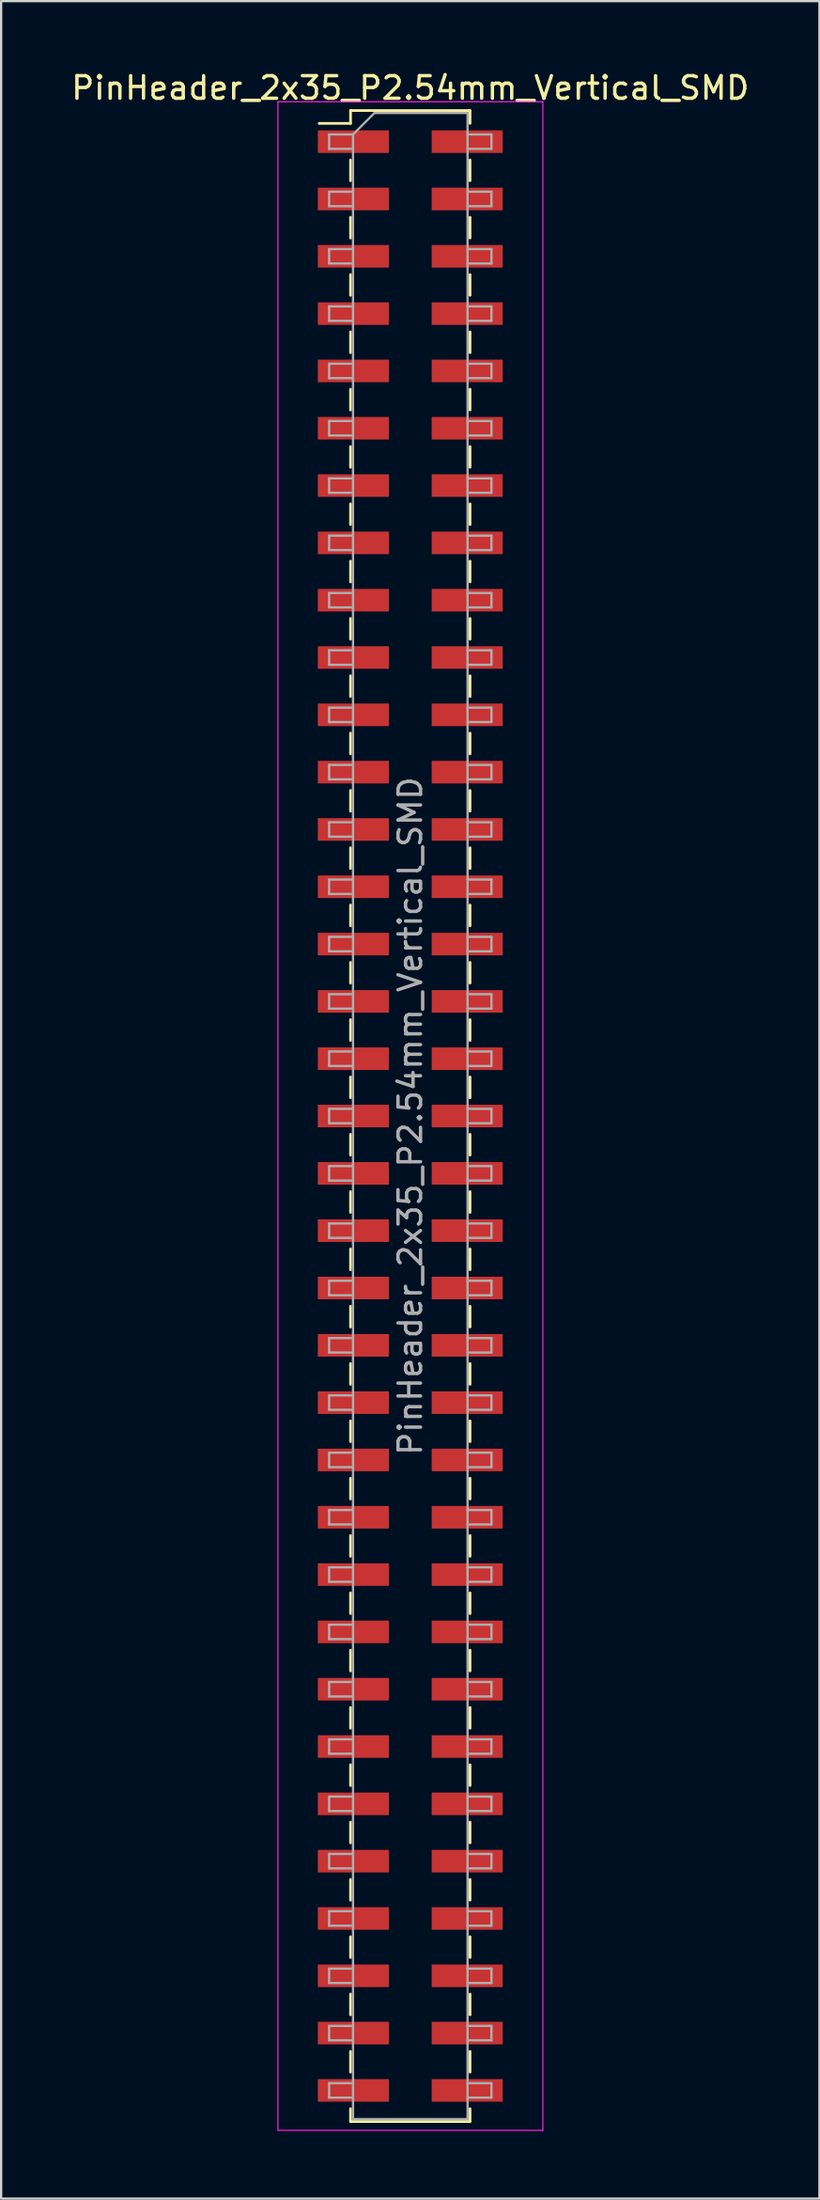
<source format=kicad_pcb>
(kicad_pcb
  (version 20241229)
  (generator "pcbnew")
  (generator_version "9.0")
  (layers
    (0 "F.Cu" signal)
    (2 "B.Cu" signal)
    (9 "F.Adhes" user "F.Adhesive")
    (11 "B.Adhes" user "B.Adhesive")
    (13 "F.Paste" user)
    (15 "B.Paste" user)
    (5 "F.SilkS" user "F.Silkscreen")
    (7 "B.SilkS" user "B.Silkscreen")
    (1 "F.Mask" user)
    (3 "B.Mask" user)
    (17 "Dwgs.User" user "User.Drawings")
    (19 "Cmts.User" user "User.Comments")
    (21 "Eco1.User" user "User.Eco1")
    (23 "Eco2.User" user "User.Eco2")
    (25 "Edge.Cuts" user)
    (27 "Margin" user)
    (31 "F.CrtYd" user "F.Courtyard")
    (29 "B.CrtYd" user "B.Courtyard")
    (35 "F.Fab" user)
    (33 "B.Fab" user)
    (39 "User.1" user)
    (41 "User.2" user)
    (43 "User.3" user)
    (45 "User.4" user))
  (footprint "PinHeader_2x35_P2.54mm_Vertical_SMD"
    (layer "F.Cu")
    (at 15.149 46.408)
    (property "Reference" "PinHeader_2x35_P2.54mm_Vertical_SMD" (at 0 -45.56 0) (layer "F.SilkS") (effects (font (size 1 1) (thickness 0.15))))
    (attr smd)
    (fp_line (start -4.04 -43.99) (end -2.65 -43.99) (stroke (width 0.12) (type solid)) (layer "F.SilkS"))
    (fp_line (start -2.65 -44.56) (end -2.65 -43.99) (stroke (width 0.12) (type solid)) (layer "F.SilkS"))
    (fp_line (start -2.65 -44.56) (end 2.65 -44.56) (stroke (width 0.12) (type solid)) (layer "F.SilkS"))
    (fp_line (start -2.65 -42.37) (end -2.65 -41.45) (stroke (width 0.12) (type solid)) (layer "F.SilkS"))
    (fp_line (start -2.65 -39.83) (end -2.65 -38.91) (stroke (width 0.12) (type solid)) (layer "F.SilkS"))
    (fp_line (start -2.65 -37.29) (end -2.65 -36.37) (stroke (width 0.12) (type solid)) (layer "F.SilkS"))
    (fp_line (start -2.65 -34.75) (end -2.65 -33.83) (stroke (width 0.12) (type solid)) (layer "F.SilkS"))
    (fp_line (start -2.65 -32.21) (end -2.65 -31.29) (stroke (width 0.12) (type solid)) (layer "F.SilkS"))
    (fp_line (start -2.65 -29.67) (end -2.65 -28.75) (stroke (width 0.12) (type solid)) (layer "F.SilkS"))
    (fp_line (start -2.65 -27.13) (end -2.65 -26.21) (stroke (width 0.12) (type solid)) (layer "F.SilkS"))
    (fp_line (start -2.65 -24.59) (end -2.65 -23.67) (stroke (width 0.12) (type solid)) (layer "F.SilkS"))
    (fp_line (start -2.65 -22.05) (end -2.65 -21.13) (stroke (width 0.12) (type solid)) (layer "F.SilkS"))
    (fp_line (start -2.65 -19.51) (end -2.65 -18.59) (stroke (width 0.12) (type solid)) (layer "F.SilkS"))
    (fp_line (start -2.65 -16.97) (end -2.65 -16.05) (stroke (width 0.12) (type solid)) (layer "F.SilkS"))
    (fp_line (start -2.65 -14.43) (end -2.65 -13.51) (stroke (width 0.12) (type solid)) (layer "F.SilkS"))
    (fp_line (start -2.65 -11.89) (end -2.65 -10.97) (stroke (width 0.12) (type solid)) (layer "F.SilkS"))
    (fp_line (start -2.65 -9.35) (end -2.65 -8.43) (stroke (width 0.12) (type solid)) (layer "F.SilkS"))
    (fp_line (start -2.65 -6.81) (end -2.65 -5.89) (stroke (width 0.12) (type solid)) (layer "F.SilkS"))
    (fp_line (start -2.65 -4.27) (end -2.65 -3.35) (stroke (width 0.12) (type solid)) (layer "F.SilkS"))
    (fp_line (start -2.65 -1.73) (end -2.65 -0.81) (stroke (width 0.12) (type solid)) (layer "F.SilkS"))
    (fp_line (start -2.65 0.81) (end -2.65 1.73) (stroke (width 0.12) (type solid)) (layer "F.SilkS"))
    (fp_line (start -2.65 3.35) (end -2.65 4.27) (stroke (width 0.12) (type solid)) (layer "F.SilkS"))
    (fp_line (start -2.65 5.89) (end -2.65 6.81) (stroke (width 0.12) (type solid)) (layer "F.SilkS"))
    (fp_line (start -2.65 8.43) (end -2.65 9.35) (stroke (width 0.12) (type solid)) (layer "F.SilkS"))
    (fp_line (start -2.65 10.97) (end -2.65 11.89) (stroke (width 0.12) (type solid)) (layer "F.SilkS"))
    (fp_line (start -2.65 13.51) (end -2.65 14.43) (stroke (width 0.12) (type solid)) (layer "F.SilkS"))
    (fp_line (start -2.65 16.05) (end -2.65 16.97) (stroke (width 0.12) (type solid)) (layer "F.SilkS"))
    (fp_line (start -2.65 18.59) (end -2.65 19.51) (stroke (width 0.12) (type solid)) (layer "F.SilkS"))
    (fp_line (start -2.65 21.13) (end -2.65 22.05) (stroke (width 0.12) (type solid)) (layer "F.SilkS"))
    (fp_line (start -2.65 23.67) (end -2.65 24.59) (stroke (width 0.12) (type solid)) (layer "F.SilkS"))
    (fp_line (start -2.65 26.21) (end -2.65 27.13) (stroke (width 0.12) (type solid)) (layer "F.SilkS"))
    (fp_line (start -2.65 28.75) (end -2.65 29.67) (stroke (width 0.12) (type solid)) (layer "F.SilkS"))
    (fp_line (start -2.65 31.29) (end -2.65 32.21) (stroke (width 0.12) (type solid)) (layer "F.SilkS"))
    (fp_line (start -2.65 33.83) (end -2.65 34.75) (stroke (width 0.12) (type solid)) (layer "F.SilkS"))
    (fp_line (start -2.65 36.37) (end -2.65 37.29) (stroke (width 0.12) (type solid)) (layer "F.SilkS"))
    (fp_line (start -2.65 38.91) (end -2.65 39.83) (stroke (width 0.12) (type solid)) (layer "F.SilkS"))
    (fp_line (start -2.65 41.45) (end -2.65 42.37) (stroke (width 0.12) (type solid)) (layer "F.SilkS"))
    (fp_line (start -2.65 43.99) (end -2.65 44.56) (stroke (width 0.12) (type solid)) (layer "F.SilkS"))
    (fp_line (start -2.65 44.56) (end 2.65 44.56) (stroke (width 0.12) (type solid)) (layer "F.SilkS"))
    (fp_line (start 2.65 -44.56) (end 2.65 -43.99) (stroke (width 0.12) (type solid)) (layer "F.SilkS"))
    (fp_line (start 2.65 -42.37) (end 2.65 -41.45) (stroke (width 0.12) (type solid)) (layer "F.SilkS"))
    (fp_line (start 2.65 -39.83) (end 2.65 -38.91) (stroke (width 0.12) (type solid)) (layer "F.SilkS"))
    (fp_line (start 2.65 -37.29) (end 2.65 -36.37) (stroke (width 0.12) (type solid)) (layer "F.SilkS"))
    (fp_line (start 2.65 -34.75) (end 2.65 -33.83) (stroke (width 0.12) (type solid)) (layer "F.SilkS"))
    (fp_line (start 2.65 -32.21) (end 2.65 -31.29) (stroke (width 0.12) (type solid)) (layer "F.SilkS"))
    (fp_line (start 2.65 -29.67) (end 2.65 -28.75) (stroke (width 0.12) (type solid)) (layer "F.SilkS"))
    (fp_line (start 2.65 -27.13) (end 2.65 -26.21) (stroke (width 0.12) (type solid)) (layer "F.SilkS"))
    (fp_line (start 2.65 -24.59) (end 2.65 -23.67) (stroke (width 0.12) (type solid)) (layer "F.SilkS"))
    (fp_line (start 2.65 -22.05) (end 2.65 -21.13) (stroke (width 0.12) (type solid)) (layer "F.SilkS"))
    (fp_line (start 2.65 -19.51) (end 2.65 -18.59) (stroke (width 0.12) (type solid)) (layer "F.SilkS"))
    (fp_line (start 2.65 -16.97) (end 2.65 -16.05) (stroke (width 0.12) (type solid)) (layer "F.SilkS"))
    (fp_line (start 2.65 -14.43) (end 2.65 -13.51) (stroke (width 0.12) (type solid)) (layer "F.SilkS"))
    (fp_line (start 2.65 -11.89) (end 2.65 -10.97) (stroke (width 0.12) (type solid)) (layer "F.SilkS"))
    (fp_line (start 2.65 -9.35) (end 2.65 -8.43) (stroke (width 0.12) (type solid)) (layer "F.SilkS"))
    (fp_line (start 2.65 -6.81) (end 2.65 -5.89) (stroke (width 0.12) (type solid)) (layer "F.SilkS"))
    (fp_line (start 2.65 -4.27) (end 2.65 -3.35) (stroke (width 0.12) (type solid)) (layer "F.SilkS"))
    (fp_line (start 2.65 -1.73) (end 2.65 -0.81) (stroke (width 0.12) (type solid)) (layer "F.SilkS"))
    (fp_line (start 2.65 0.81) (end 2.65 1.73) (stroke (width 0.12) (type solid)) (layer "F.SilkS"))
    (fp_line (start 2.65 3.35) (end 2.65 4.27) (stroke (width 0.12) (type solid)) (layer "F.SilkS"))
    (fp_line (start 2.65 5.89) (end 2.65 6.81) (stroke (width 0.12) (type solid)) (layer "F.SilkS"))
    (fp_line (start 2.65 8.43) (end 2.65 9.35) (stroke (width 0.12) (type solid)) (layer "F.SilkS"))
    (fp_line (start 2.65 10.97) (end 2.65 11.89) (stroke (width 0.12) (type solid)) (layer "F.SilkS"))
    (fp_line (start 2.65 13.51) (end 2.65 14.43) (stroke (width 0.12) (type solid)) (layer "F.SilkS"))
    (fp_line (start 2.65 16.05) (end 2.65 16.97) (stroke (width 0.12) (type solid)) (layer "F.SilkS"))
    (fp_line (start 2.65 18.59) (end 2.65 19.51) (stroke (width 0.12) (type solid)) (layer "F.SilkS"))
    (fp_line (start 2.65 21.13) (end 2.65 22.05) (stroke (width 0.12) (type solid)) (layer "F.SilkS"))
    (fp_line (start 2.65 23.67) (end 2.65 24.59) (stroke (width 0.12) (type solid)) (layer "F.SilkS"))
    (fp_line (start 2.65 26.21) (end 2.65 27.13) (stroke (width 0.12) (type solid)) (layer "F.SilkS"))
    (fp_line (start 2.65 28.75) (end 2.65 29.67) (stroke (width 0.12) (type solid)) (layer "F.SilkS"))
    (fp_line (start 2.65 31.29) (end 2.65 32.21) (stroke (width 0.12) (type solid)) (layer "F.SilkS"))
    (fp_line (start 2.65 33.83) (end 2.65 34.75) (stroke (width 0.12) (type solid)) (layer "F.SilkS"))
    (fp_line (start 2.65 36.37) (end 2.65 37.29) (stroke (width 0.12) (type solid)) (layer "F.SilkS"))
    (fp_line (start 2.65 38.91) (end 2.65 39.83) (stroke (width 0.12) (type solid)) (layer "F.SilkS"))
    (fp_line (start 2.65 41.45) (end 2.65 42.37) (stroke (width 0.12) (type solid)) (layer "F.SilkS"))
    (fp_line (start 2.65 43.99) (end 2.65 44.56) (stroke (width 0.12) (type solid)) (layer "F.SilkS"))
    (fp_line (start -5.87 -44.95) (end -5.87 44.95) (stroke (width 0.05) (type solid)) (layer "F.CrtYd"))
    (fp_line (start -5.87 44.95) (end 5.88 44.95) (stroke (width 0.05) (type solid)) (layer "F.CrtYd"))
    (fp_line (start 5.88 -44.95) (end -5.87 -44.95) (stroke (width 0.05) (type solid)) (layer "F.CrtYd"))
    (fp_line (start 5.88 44.95) (end 5.88 -44.95) (stroke (width 0.05) (type solid)) (layer "F.CrtYd"))
    (fp_line (start -3.6 -43.5) (end -3.6 -42.86) (stroke (width 0.1) (type solid)) (layer "F.Fab"))
    (fp_line (start -3.6 -42.86) (end -2.54 -42.86) (stroke (width 0.1) (type solid)) (layer "F.Fab"))
    (fp_line (start -3.6 -40.96) (end -3.6 -40.32) (stroke (width 0.1) (type solid)) (layer "F.Fab"))
    (fp_line (start -3.6 -40.32) (end -2.54 -40.32) (stroke (width 0.1) (type solid)) (layer "F.Fab"))
    (fp_line (start -3.6 -38.42) (end -3.6 -37.78) (stroke (width 0.1) (type solid)) (layer "F.Fab"))
    (fp_line (start -3.6 -37.78) (end -2.54 -37.78) (stroke (width 0.1) (type solid)) (layer "F.Fab"))
    (fp_line (start -3.6 -35.88) (end -3.6 -35.24) (stroke (width 0.1) (type solid)) (layer "F.Fab"))
    (fp_line (start -3.6 -35.24) (end -2.54 -35.24) (stroke (width 0.1) (type solid)) (layer "F.Fab"))
    (fp_line (start -3.6 -33.34) (end -3.6 -32.7) (stroke (width 0.1) (type solid)) (layer "F.Fab"))
    (fp_line (start -3.6 -32.7) (end -2.54 -32.7) (stroke (width 0.1) (type solid)) (layer "F.Fab"))
    (fp_line (start -3.6 -30.8) (end -3.6 -30.16) (stroke (width 0.1) (type solid)) (layer "F.Fab"))
    (fp_line (start -3.6 -30.16) (end -2.54 -30.16) (stroke (width 0.1) (type solid)) (layer "F.Fab"))
    (fp_line (start -3.6 -28.26) (end -3.6 -27.62) (stroke (width 0.1) (type solid)) (layer "F.Fab"))
    (fp_line (start -3.6 -27.62) (end -2.54 -27.62) (stroke (width 0.1) (type solid)) (layer "F.Fab"))
    (fp_line (start -3.6 -25.72) (end -3.6 -25.08) (stroke (width 0.1) (type solid)) (layer "F.Fab"))
    (fp_line (start -3.6 -25.08) (end -2.54 -25.08) (stroke (width 0.1) (type solid)) (layer "F.Fab"))
    (fp_line (start -3.6 -23.18) (end -3.6 -22.54) (stroke (width 0.1) (type solid)) (layer "F.Fab"))
    (fp_line (start -3.6 -22.54) (end -2.54 -22.54) (stroke (width 0.1) (type solid)) (layer "F.Fab"))
    (fp_line (start -3.6 -20.64) (end -3.6 -20) (stroke (width 0.1) (type solid)) (layer "F.Fab"))
    (fp_line (start -3.6 -20) (end -2.54 -20) (stroke (width 0.1) (type solid)) (layer "F.Fab"))
    (fp_line (start -3.6 -18.1) (end -3.6 -17.46) (stroke (width 0.1) (type solid)) (layer "F.Fab"))
    (fp_line (start -3.6 -17.46) (end -2.54 -17.46) (stroke (width 0.1) (type solid)) (layer "F.Fab"))
    (fp_line (start -3.6 -15.56) (end -3.6 -14.92) (stroke (width 0.1) (type solid)) (layer "F.Fab"))
    (fp_line (start -3.6 -14.92) (end -2.54 -14.92) (stroke (width 0.1) (type solid)) (layer "F.Fab"))
    (fp_line (start -3.6 -13.02) (end -3.6 -12.38) (stroke (width 0.1) (type solid)) (layer "F.Fab"))
    (fp_line (start -3.6 -12.38) (end -2.54 -12.38) (stroke (width 0.1) (type solid)) (layer "F.Fab"))
    (fp_line (start -3.6 -10.48) (end -3.6 -9.84) (stroke (width 0.1) (type solid)) (layer "F.Fab"))
    (fp_line (start -3.6 -9.84) (end -2.54 -9.84) (stroke (width 0.1) (type solid)) (layer "F.Fab"))
    (fp_line (start -3.6 -7.94) (end -3.6 -7.3) (stroke (width 0.1) (type solid)) (layer "F.Fab"))
    (fp_line (start -3.6 -7.3) (end -2.54 -7.3) (stroke (width 0.1) (type solid)) (layer "F.Fab"))
    (fp_line (start -3.6 -5.4) (end -3.6 -4.76) (stroke (width 0.1) (type solid)) (layer "F.Fab"))
    (fp_line (start -3.6 -4.76) (end -2.54 -4.76) (stroke (width 0.1) (type solid)) (layer "F.Fab"))
    (fp_line (start -3.6 -2.86) (end -3.6 -2.22) (stroke (width 0.1) (type solid)) (layer "F.Fab"))
    (fp_line (start -3.6 -2.22) (end -2.54 -2.22) (stroke (width 0.1) (type solid)) (layer "F.Fab"))
    (fp_line (start -3.6 -0.32) (end -3.6 0.32) (stroke (width 0.1) (type solid)) (layer "F.Fab"))
    (fp_line (start -3.6 0.32) (end -2.54 0.32) (stroke (width 0.1) (type solid)) (layer "F.Fab"))
    (fp_line (start -3.6 2.22) (end -3.6 2.86) (stroke (width 0.1) (type solid)) (layer "F.Fab"))
    (fp_line (start -3.6 2.86) (end -2.54 2.86) (stroke (width 0.1) (type solid)) (layer "F.Fab"))
    (fp_line (start -3.6 4.76) (end -3.6 5.4) (stroke (width 0.1) (type solid)) (layer "F.Fab"))
    (fp_line (start -3.6 5.4) (end -2.54 5.4) (stroke (width 0.1) (type solid)) (layer "F.Fab"))
    (fp_line (start -3.6 7.3) (end -3.6 7.94) (stroke (width 0.1) (type solid)) (layer "F.Fab"))
    (fp_line (start -3.6 7.94) (end -2.54 7.94) (stroke (width 0.1) (type solid)) (layer "F.Fab"))
    (fp_line (start -3.6 9.84) (end -3.6 10.48) (stroke (width 0.1) (type solid)) (layer "F.Fab"))
    (fp_line (start -3.6 10.48) (end -2.54 10.48) (stroke (width 0.1) (type solid)) (layer "F.Fab"))
    (fp_line (start -3.6 12.38) (end -3.6 13.02) (stroke (width 0.1) (type solid)) (layer "F.Fab"))
    (fp_line (start -3.6 13.02) (end -2.54 13.02) (stroke (width 0.1) (type solid)) (layer "F.Fab"))
    (fp_line (start -3.6 14.92) (end -3.6 15.56) (stroke (width 0.1) (type solid)) (layer "F.Fab"))
    (fp_line (start -3.6 15.56) (end -2.54 15.56) (stroke (width 0.1) (type solid)) (layer "F.Fab"))
    (fp_line (start -3.6 17.46) (end -3.6 18.1) (stroke (width 0.1) (type solid)) (layer "F.Fab"))
    (fp_line (start -3.6 18.1) (end -2.54 18.1) (stroke (width 0.1) (type solid)) (layer "F.Fab"))
    (fp_line (start -3.6 20) (end -3.6 20.64) (stroke (width 0.1) (type solid)) (layer "F.Fab"))
    (fp_line (start -3.6 20.64) (end -2.54 20.64) (stroke (width 0.1) (type solid)) (layer "F.Fab"))
    (fp_line (start -3.6 22.54) (end -3.6 23.18) (stroke (width 0.1) (type solid)) (layer "F.Fab"))
    (fp_line (start -3.6 23.18) (end -2.54 23.18) (stroke (width 0.1) (type solid)) (layer "F.Fab"))
    (fp_line (start -3.6 25.08) (end -3.6 25.72) (stroke (width 0.1) (type solid)) (layer "F.Fab"))
    (fp_line (start -3.6 25.72) (end -2.54 25.72) (stroke (width 0.1) (type solid)) (layer "F.Fab"))
    (fp_line (start -3.6 27.62) (end -3.6 28.26) (stroke (width 0.1) (type solid)) (layer "F.Fab"))
    (fp_line (start -3.6 28.26) (end -2.54 28.26) (stroke (width 0.1) (type solid)) (layer "F.Fab"))
    (fp_line (start -3.6 30.16) (end -3.6 30.8) (stroke (width 0.1) (type solid)) (layer "F.Fab"))
    (fp_line (start -3.6 30.8) (end -2.54 30.8) (stroke (width 0.1) (type solid)) (layer "F.Fab"))
    (fp_line (start -3.6 32.7) (end -3.6 33.34) (stroke (width 0.1) (type solid)) (layer "F.Fab"))
    (fp_line (start -3.6 33.34) (end -2.54 33.34) (stroke (width 0.1) (type solid)) (layer "F.Fab"))
    (fp_line (start -3.6 35.24) (end -3.6 35.88) (stroke (width 0.1) (type solid)) (layer "F.Fab"))
    (fp_line (start -3.6 35.88) (end -2.54 35.88) (stroke (width 0.1) (type solid)) (layer "F.Fab"))
    (fp_line (start -3.6 37.78) (end -3.6 38.42) (stroke (width 0.1) (type solid)) (layer "F.Fab"))
    (fp_line (start -3.6 38.42) (end -2.54 38.42) (stroke (width 0.1) (type solid)) (layer "F.Fab"))
    (fp_line (start -3.6 40.32) (end -3.6 40.96) (stroke (width 0.1) (type solid)) (layer "F.Fab"))
    (fp_line (start -3.6 40.96) (end -2.54 40.96) (stroke (width 0.1) (type solid)) (layer "F.Fab"))
    (fp_line (start -3.6 42.86) (end -3.6 43.5) (stroke (width 0.1) (type solid)) (layer "F.Fab"))
    (fp_line (start -3.6 43.5) (end -2.54 43.5) (stroke (width 0.1) (type solid)) (layer "F.Fab"))
    (fp_line (start -2.54 -43.5) (end -3.6 -43.5) (stroke (width 0.1) (type solid)) (layer "F.Fab"))
    (fp_line (start -2.54 -43.5) (end -1.59 -44.45) (stroke (width 0.1) (type solid)) (layer "F.Fab"))
    (fp_line (start -2.54 -40.96) (end -3.6 -40.96) (stroke (width 0.1) (type solid)) (layer "F.Fab"))
    (fp_line (start -2.54 -38.42) (end -3.6 -38.42) (stroke (width 0.1) (type solid)) (layer "F.Fab"))
    (fp_line (start -2.54 -35.88) (end -3.6 -35.88) (stroke (width 0.1) (type solid)) (layer "F.Fab"))
    (fp_line (start -2.54 -33.34) (end -3.6 -33.34) (stroke (width 0.1) (type solid)) (layer "F.Fab"))
    (fp_line (start -2.54 -30.8) (end -3.6 -30.8) (stroke (width 0.1) (type solid)) (layer "F.Fab"))
    (fp_line (start -2.54 -28.26) (end -3.6 -28.26) (stroke (width 0.1) (type solid)) (layer "F.Fab"))
    (fp_line (start -2.54 -25.72) (end -3.6 -25.72) (stroke (width 0.1) (type solid)) (layer "F.Fab"))
    (fp_line (start -2.54 -23.18) (end -3.6 -23.18) (stroke (width 0.1) (type solid)) (layer "F.Fab"))
    (fp_line (start -2.54 -20.64) (end -3.6 -20.64) (stroke (width 0.1) (type solid)) (layer "F.Fab"))
    (fp_line (start -2.54 -18.1) (end -3.6 -18.1) (stroke (width 0.1) (type solid)) (layer "F.Fab"))
    (fp_line (start -2.54 -15.56) (end -3.6 -15.56) (stroke (width 0.1) (type solid)) (layer "F.Fab"))
    (fp_line (start -2.54 -13.02) (end -3.6 -13.02) (stroke (width 0.1) (type solid)) (layer "F.Fab"))
    (fp_line (start -2.54 -10.48) (end -3.6 -10.48) (stroke (width 0.1) (type solid)) (layer "F.Fab"))
    (fp_line (start -2.54 -7.94) (end -3.6 -7.94) (stroke (width 0.1) (type solid)) (layer "F.Fab"))
    (fp_line (start -2.54 -5.4) (end -3.6 -5.4) (stroke (width 0.1) (type solid)) (layer "F.Fab"))
    (fp_line (start -2.54 -2.86) (end -3.6 -2.86) (stroke (width 0.1) (type solid)) (layer "F.Fab"))
    (fp_line (start -2.54 -0.32) (end -3.6 -0.32) (stroke (width 0.1) (type solid)) (layer "F.Fab"))
    (fp_line (start -2.54 2.22) (end -3.6 2.22) (stroke (width 0.1) (type solid)) (layer "F.Fab"))
    (fp_line (start -2.54 4.76) (end -3.6 4.76) (stroke (width 0.1) (type solid)) (layer "F.Fab"))
    (fp_line (start -2.54 7.3) (end -3.6 7.3) (stroke (width 0.1) (type solid)) (layer "F.Fab"))
    (fp_line (start -2.54 9.84) (end -3.6 9.84) (stroke (width 0.1) (type solid)) (layer "F.Fab"))
    (fp_line (start -2.54 12.38) (end -3.6 12.38) (stroke (width 0.1) (type solid)) (layer "F.Fab"))
    (fp_line (start -2.54 14.92) (end -3.6 14.92) (stroke (width 0.1) (type solid)) (layer "F.Fab"))
    (fp_line (start -2.54 17.46) (end -3.6 17.46) (stroke (width 0.1) (type solid)) (layer "F.Fab"))
    (fp_line (start -2.54 20) (end -3.6 20) (stroke (width 0.1) (type solid)) (layer "F.Fab"))
    (fp_line (start -2.54 22.54) (end -3.6 22.54) (stroke (width 0.1) (type solid)) (layer "F.Fab"))
    (fp_line (start -2.54 25.08) (end -3.6 25.08) (stroke (width 0.1) (type solid)) (layer "F.Fab"))
    (fp_line (start -2.54 27.62) (end -3.6 27.62) (stroke (width 0.1) (type solid)) (layer "F.Fab"))
    (fp_line (start -2.54 30.16) (end -3.6 30.16) (stroke (width 0.1) (type solid)) (layer "F.Fab"))
    (fp_line (start -2.54 32.7) (end -3.6 32.7) (stroke (width 0.1) (type solid)) (layer "F.Fab"))
    (fp_line (start -2.54 35.24) (end -3.6 35.24) (stroke (width 0.1) (type solid)) (layer "F.Fab"))
    (fp_line (start -2.54 37.78) (end -3.6 37.78) (stroke (width 0.1) (type solid)) (layer "F.Fab"))
    (fp_line (start -2.54 40.32) (end -3.6 40.32) (stroke (width 0.1) (type solid)) (layer "F.Fab"))
    (fp_line (start -2.54 42.86) (end -3.6 42.86) (stroke (width 0.1) (type solid)) (layer "F.Fab"))
    (fp_line (start -2.54 44.45) (end -2.54 -43.5) (stroke (width 0.1) (type solid)) (layer "F.Fab"))
    (fp_line (start -1.59 -44.45) (end 2.54 -44.45) (stroke (width 0.1) (type solid)) (layer "F.Fab"))
    (fp_line (start 2.54 -44.45) (end 2.54 44.45) (stroke (width 0.1) (type solid)) (layer "F.Fab"))
    (fp_line (start 2.54 -43.5) (end 3.6 -43.5) (stroke (width 0.1) (type solid)) (layer "F.Fab"))
    (fp_line (start 2.54 -40.96) (end 3.6 -40.96) (stroke (width 0.1) (type solid)) (layer "F.Fab"))
    (fp_line (start 2.54 -38.42) (end 3.6 -38.42) (stroke (width 0.1) (type solid)) (layer "F.Fab"))
    (fp_line (start 2.54 -35.88) (end 3.6 -35.88) (stroke (width 0.1) (type solid)) (layer "F.Fab"))
    (fp_line (start 2.54 -33.34) (end 3.6 -33.34) (stroke (width 0.1) (type solid)) (layer "F.Fab"))
    (fp_line (start 2.54 -30.8) (end 3.6 -30.8) (stroke (width 0.1) (type solid)) (layer "F.Fab"))
    (fp_line (start 2.54 -28.26) (end 3.6 -28.26) (stroke (width 0.1) (type solid)) (layer "F.Fab"))
    (fp_line (start 2.54 -25.72) (end 3.6 -25.72) (stroke (width 0.1) (type solid)) (layer "F.Fab"))
    (fp_line (start 2.54 -23.18) (end 3.6 -23.18) (stroke (width 0.1) (type solid)) (layer "F.Fab"))
    (fp_line (start 2.54 -20.64) (end 3.6 -20.64) (stroke (width 0.1) (type solid)) (layer "F.Fab"))
    (fp_line (start 2.54 -18.1) (end 3.6 -18.1) (stroke (width 0.1) (type solid)) (layer "F.Fab"))
    (fp_line (start 2.54 -15.56) (end 3.6 -15.56) (stroke (width 0.1) (type solid)) (layer "F.Fab"))
    (fp_line (start 2.54 -13.02) (end 3.6 -13.02) (stroke (width 0.1) (type solid)) (layer "F.Fab"))
    (fp_line (start 2.54 -10.48) (end 3.6 -10.48) (stroke (width 0.1) (type solid)) (layer "F.Fab"))
    (fp_line (start 2.54 -7.94) (end 3.6 -7.94) (stroke (width 0.1) (type solid)) (layer "F.Fab"))
    (fp_line (start 2.54 -5.4) (end 3.6 -5.4) (stroke (width 0.1) (type solid)) (layer "F.Fab"))
    (fp_line (start 2.54 -2.86) (end 3.6 -2.86) (stroke (width 0.1) (type solid)) (layer "F.Fab"))
    (fp_line (start 2.54 -0.32) (end 3.6 -0.32) (stroke (width 0.1) (type solid)) (layer "F.Fab"))
    (fp_line (start 2.54 2.22) (end 3.6 2.22) (stroke (width 0.1) (type solid)) (layer "F.Fab"))
    (fp_line (start 2.54 4.76) (end 3.6 4.76) (stroke (width 0.1) (type solid)) (layer "F.Fab"))
    (fp_line (start 2.54 7.3) (end 3.6 7.3) (stroke (width 0.1) (type solid)) (layer "F.Fab"))
    (fp_line (start 2.54 9.84) (end 3.6 9.84) (stroke (width 0.1) (type solid)) (layer "F.Fab"))
    (fp_line (start 2.54 12.38) (end 3.6 12.38) (stroke (width 0.1) (type solid)) (layer "F.Fab"))
    (fp_line (start 2.54 14.92) (end 3.6 14.92) (stroke (width 0.1) (type solid)) (layer "F.Fab"))
    (fp_line (start 2.54 17.46) (end 3.6 17.46) (stroke (width 0.1) (type solid)) (layer "F.Fab"))
    (fp_line (start 2.54 20) (end 3.6 20) (stroke (width 0.1) (type solid)) (layer "F.Fab"))
    (fp_line (start 2.54 22.54) (end 3.6 22.54) (stroke (width 0.1) (type solid)) (layer "F.Fab"))
    (fp_line (start 2.54 25.08) (end 3.6 25.08) (stroke (width 0.1) (type solid)) (layer "F.Fab"))
    (fp_line (start 2.54 27.62) (end 3.6 27.62) (stroke (width 0.1) (type solid)) (layer "F.Fab"))
    (fp_line (start 2.54 30.16) (end 3.6 30.16) (stroke (width 0.1) (type solid)) (layer "F.Fab"))
    (fp_line (start 2.54 32.7) (end 3.6 32.7) (stroke (width 0.1) (type solid)) (layer "F.Fab"))
    (fp_line (start 2.54 35.24) (end 3.6 35.24) (stroke (width 0.1) (type solid)) (layer "F.Fab"))
    (fp_line (start 2.54 37.78) (end 3.6 37.78) (stroke (width 0.1) (type solid)) (layer "F.Fab"))
    (fp_line (start 2.54 40.32) (end 3.6 40.32) (stroke (width 0.1) (type solid)) (layer "F.Fab"))
    (fp_line (start 2.54 42.86) (end 3.6 42.86) (stroke (width 0.1) (type solid)) (layer "F.Fab"))
    (fp_line (start 2.54 44.45) (end -2.54 44.45) (stroke (width 0.1) (type solid)) (layer "F.Fab"))
    (fp_line (start 3.6 -43.5) (end 3.6 -42.86) (stroke (width 0.1) (type solid)) (layer "F.Fab"))
    (fp_line (start 3.6 -42.86) (end 2.54 -42.86) (stroke (width 0.1) (type solid)) (layer "F.Fab"))
    (fp_line (start 3.6 -40.96) (end 3.6 -40.32) (stroke (width 0.1) (type solid)) (layer "F.Fab"))
    (fp_line (start 3.6 -40.32) (end 2.54 -40.32) (stroke (width 0.1) (type solid)) (layer "F.Fab"))
    (fp_line (start 3.6 -38.42) (end 3.6 -37.78) (stroke (width 0.1) (type solid)) (layer "F.Fab"))
    (fp_line (start 3.6 -37.78) (end 2.54 -37.78) (stroke (width 0.1) (type solid)) (layer "F.Fab"))
    (fp_line (start 3.6 -35.88) (end 3.6 -35.24) (stroke (width 0.1) (type solid)) (layer "F.Fab"))
    (fp_line (start 3.6 -35.24) (end 2.54 -35.24) (stroke (width 0.1) (type solid)) (layer "F.Fab"))
    (fp_line (start 3.6 -33.34) (end 3.6 -32.7) (stroke (width 0.1) (type solid)) (layer "F.Fab"))
    (fp_line (start 3.6 -32.7) (end 2.54 -32.7) (stroke (width 0.1) (type solid)) (layer "F.Fab"))
    (fp_line (start 3.6 -30.8) (end 3.6 -30.16) (stroke (width 0.1) (type solid)) (layer "F.Fab"))
    (fp_line (start 3.6 -30.16) (end 2.54 -30.16) (stroke (width 0.1) (type solid)) (layer "F.Fab"))
    (fp_line (start 3.6 -28.26) (end 3.6 -27.62) (stroke (width 0.1) (type solid)) (layer "F.Fab"))
    (fp_line (start 3.6 -27.62) (end 2.54 -27.62) (stroke (width 0.1) (type solid)) (layer "F.Fab"))
    (fp_line (start 3.6 -25.72) (end 3.6 -25.08) (stroke (width 0.1) (type solid)) (layer "F.Fab"))
    (fp_line (start 3.6 -25.08) (end 2.54 -25.08) (stroke (width 0.1) (type solid)) (layer "F.Fab"))
    (fp_line (start 3.6 -23.18) (end 3.6 -22.54) (stroke (width 0.1) (type solid)) (layer "F.Fab"))
    (fp_line (start 3.6 -22.54) (end 2.54 -22.54) (stroke (width 0.1) (type solid)) (layer "F.Fab"))
    (fp_line (start 3.6 -20.64) (end 3.6 -20) (stroke (width 0.1) (type solid)) (layer "F.Fab"))
    (fp_line (start 3.6 -20) (end 2.54 -20) (stroke (width 0.1) (type solid)) (layer "F.Fab"))
    (fp_line (start 3.6 -18.1) (end 3.6 -17.46) (stroke (width 0.1) (type solid)) (layer "F.Fab"))
    (fp_line (start 3.6 -17.46) (end 2.54 -17.46) (stroke (width 0.1) (type solid)) (layer "F.Fab"))
    (fp_line (start 3.6 -15.56) (end 3.6 -14.92) (stroke (width 0.1) (type solid)) (layer "F.Fab"))
    (fp_line (start 3.6 -14.92) (end 2.54 -14.92) (stroke (width 0.1) (type solid)) (layer "F.Fab"))
    (fp_line (start 3.6 -13.02) (end 3.6 -12.38) (stroke (width 0.1) (type solid)) (layer "F.Fab"))
    (fp_line (start 3.6 -12.38) (end 2.54 -12.38) (stroke (width 0.1) (type solid)) (layer "F.Fab"))
    (fp_line (start 3.6 -10.48) (end 3.6 -9.84) (stroke (width 0.1) (type solid)) (layer "F.Fab"))
    (fp_line (start 3.6 -9.84) (end 2.54 -9.84) (stroke (width 0.1) (type solid)) (layer "F.Fab"))
    (fp_line (start 3.6 -7.94) (end 3.6 -7.3) (stroke (width 0.1) (type solid)) (layer "F.Fab"))
    (fp_line (start 3.6 -7.3) (end 2.54 -7.3) (stroke (width 0.1) (type solid)) (layer "F.Fab"))
    (fp_line (start 3.6 -5.4) (end 3.6 -4.76) (stroke (width 0.1) (type solid)) (layer "F.Fab"))
    (fp_line (start 3.6 -4.76) (end 2.54 -4.76) (stroke (width 0.1) (type solid)) (layer "F.Fab"))
    (fp_line (start 3.6 -2.86) (end 3.6 -2.22) (stroke (width 0.1) (type solid)) (layer "F.Fab"))
    (fp_line (start 3.6 -2.22) (end 2.54 -2.22) (stroke (width 0.1) (type solid)) (layer "F.Fab"))
    (fp_line (start 3.6 -0.32) (end 3.6 0.32) (stroke (width 0.1) (type solid)) (layer "F.Fab"))
    (fp_line (start 3.6 0.32) (end 2.54 0.32) (stroke (width 0.1) (type solid)) (layer "F.Fab"))
    (fp_line (start 3.6 2.22) (end 3.6 2.86) (stroke (width 0.1) (type solid)) (layer "F.Fab"))
    (fp_line (start 3.6 2.86) (end 2.54 2.86) (stroke (width 0.1) (type solid)) (layer "F.Fab"))
    (fp_line (start 3.6 4.76) (end 3.6 5.4) (stroke (width 0.1) (type solid)) (layer "F.Fab"))
    (fp_line (start 3.6 5.4) (end 2.54 5.4) (stroke (width 0.1) (type solid)) (layer "F.Fab"))
    (fp_line (start 3.6 7.3) (end 3.6 7.94) (stroke (width 0.1) (type solid)) (layer "F.Fab"))
    (fp_line (start 3.6 7.94) (end 2.54 7.94) (stroke (width 0.1) (type solid)) (layer "F.Fab"))
    (fp_line (start 3.6 9.84) (end 3.6 10.48) (stroke (width 0.1) (type solid)) (layer "F.Fab"))
    (fp_line (start 3.6 10.48) (end 2.54 10.48) (stroke (width 0.1) (type solid)) (layer "F.Fab"))
    (fp_line (start 3.6 12.38) (end 3.6 13.02) (stroke (width 0.1) (type solid)) (layer "F.Fab"))
    (fp_line (start 3.6 13.02) (end 2.54 13.02) (stroke (width 0.1) (type solid)) (layer "F.Fab"))
    (fp_line (start 3.6 14.92) (end 3.6 15.56) (stroke (width 0.1) (type solid)) (layer "F.Fab"))
    (fp_line (start 3.6 15.56) (end 2.54 15.56) (stroke (width 0.1) (type solid)) (layer "F.Fab"))
    (fp_line (start 3.6 17.46) (end 3.6 18.1) (stroke (width 0.1) (type solid)) (layer "F.Fab"))
    (fp_line (start 3.6 18.1) (end 2.54 18.1) (stroke (width 0.1) (type solid)) (layer "F.Fab"))
    (fp_line (start 3.6 20) (end 3.6 20.64) (stroke (width 0.1) (type solid)) (layer "F.Fab"))
    (fp_line (start 3.6 20.64) (end 2.54 20.64) (stroke (width 0.1) (type solid)) (layer "F.Fab"))
    (fp_line (start 3.6 22.54) (end 3.6 23.18) (stroke (width 0.1) (type solid)) (layer "F.Fab"))
    (fp_line (start 3.6 23.18) (end 2.54 23.18) (stroke (width 0.1) (type solid)) (layer "F.Fab"))
    (fp_line (start 3.6 25.08) (end 3.6 25.72) (stroke (width 0.1) (type solid)) (layer "F.Fab"))
    (fp_line (start 3.6 25.72) (end 2.54 25.72) (stroke (width 0.1) (type solid)) (layer "F.Fab"))
    (fp_line (start 3.6 27.62) (end 3.6 28.26) (stroke (width 0.1) (type solid)) (layer "F.Fab"))
    (fp_line (start 3.6 28.26) (end 2.54 28.26) (stroke (width 0.1) (type solid)) (layer "F.Fab"))
    (fp_line (start 3.6 30.16) (end 3.6 30.8) (stroke (width 0.1) (type solid)) (layer "F.Fab"))
    (fp_line (start 3.6 30.8) (end 2.54 30.8) (stroke (width 0.1) (type solid)) (layer "F.Fab"))
    (fp_line (start 3.6 32.7) (end 3.6 33.34) (stroke (width 0.1) (type solid)) (layer "F.Fab"))
    (fp_line (start 3.6 33.34) (end 2.54 33.34) (stroke (width 0.1) (type solid)) (layer "F.Fab"))
    (fp_line (start 3.6 35.24) (end 3.6 35.88) (stroke (width 0.1) (type solid)) (layer "F.Fab"))
    (fp_line (start 3.6 35.88) (end 2.54 35.88) (stroke (width 0.1) (type solid)) (layer "F.Fab"))
    (fp_line (start 3.6 37.78) (end 3.6 38.42) (stroke (width 0.1) (type solid)) (layer "F.Fab"))
    (fp_line (start 3.6 38.42) (end 2.54 38.42) (stroke (width 0.1) (type solid)) (layer "F.Fab"))
    (fp_line (start 3.6 40.32) (end 3.6 40.96) (stroke (width 0.1) (type solid)) (layer "F.Fab"))
    (fp_line (start 3.6 40.96) (end 2.54 40.96) (stroke (width 0.1) (type solid)) (layer "F.Fab"))
    (fp_line (start 3.6 42.86) (end 3.6 43.5) (stroke (width 0.1) (type solid)) (layer "F.Fab"))
    (fp_line (start 3.6 43.5) (end 2.54 43.5) (stroke (width 0.1) (type solid)) (layer "F.Fab"))
    (fp_text user "${REFERENCE}" (at 0 0 90) (layer "F.Fab") (effects (font (size 1 1) (thickness 0.15))))
    (pad "1" smd rect (at -2.525 -43.18) (size 3.15 1) (layers "F.Cu" "F.Mask" "F.Paste"))
    (pad "2" smd rect (at 2.525 -43.18) (size 3.15 1) (layers "F.Cu" "F.Mask" "F.Paste"))
    (pad "3" smd rect (at -2.525 -40.64) (size 3.15 1) (layers "F.Cu" "F.Mask" "F.Paste"))
    (pad "4" smd rect (at 2.525 -40.64) (size 3.15 1) (layers "F.Cu" "F.Mask" "F.Paste"))
    (pad "5" smd rect (at -2.525 -38.1) (size 3.15 1) (layers "F.Cu" "F.Mask" "F.Paste"))
    (pad "6" smd rect (at 2.525 -38.1) (size 3.15 1) (layers "F.Cu" "F.Mask" "F.Paste"))
    (pad "7" smd rect (at -2.525 -35.56) (size 3.15 1) (layers "F.Cu" "F.Mask" "F.Paste"))
    (pad "8" smd rect (at 2.525 -35.56) (size 3.15 1) (layers "F.Cu" "F.Mask" "F.Paste"))
    (pad "9" smd rect (at -2.525 -33.02) (size 3.15 1) (layers "F.Cu" "F.Mask" "F.Paste"))
    (pad "10" smd rect (at 2.525 -33.02) (size 3.15 1) (layers "F.Cu" "F.Mask" "F.Paste"))
    (pad "11" smd rect (at -2.525 -30.48) (size 3.15 1) (layers "F.Cu" "F.Mask" "F.Paste"))
    (pad "12" smd rect (at 2.525 -30.48) (size 3.15 1) (layers "F.Cu" "F.Mask" "F.Paste"))
    (pad "13" smd rect (at -2.525 -27.94) (size 3.15 1) (layers "F.Cu" "F.Mask" "F.Paste"))
    (pad "14" smd rect (at 2.525 -27.94) (size 3.15 1) (layers "F.Cu" "F.Mask" "F.Paste"))
    (pad "15" smd rect (at -2.525 -25.4) (size 3.15 1) (layers "F.Cu" "F.Mask" "F.Paste"))
    (pad "16" smd rect (at 2.525 -25.4) (size 3.15 1) (layers "F.Cu" "F.Mask" "F.Paste"))
    (pad "17" smd rect (at -2.525 -22.86) (size 3.15 1) (layers "F.Cu" "F.Mask" "F.Paste"))
    (pad "18" smd rect (at 2.525 -22.86) (size 3.15 1) (layers "F.Cu" "F.Mask" "F.Paste"))
    (pad "19" smd rect (at -2.525 -20.32) (size 3.15 1) (layers "F.Cu" "F.Mask" "F.Paste"))
    (pad "20" smd rect (at 2.525 -20.32) (size 3.15 1) (layers "F.Cu" "F.Mask" "F.Paste"))
    (pad "21" smd rect (at -2.525 -17.78) (size 3.15 1) (layers "F.Cu" "F.Mask" "F.Paste"))
    (pad "22" smd rect (at 2.525 -17.78) (size 3.15 1) (layers "F.Cu" "F.Mask" "F.Paste"))
    (pad "23" smd rect (at -2.525 -15.24) (size 3.15 1) (layers "F.Cu" "F.Mask" "F.Paste"))
    (pad "24" smd rect (at 2.525 -15.24) (size 3.15 1) (layers "F.Cu" "F.Mask" "F.Paste"))
    (pad "25" smd rect (at -2.525 -12.7) (size 3.15 1) (layers "F.Cu" "F.Mask" "F.Paste"))
    (pad "26" smd rect (at 2.525 -12.7) (size 3.15 1) (layers "F.Cu" "F.Mask" "F.Paste"))
    (pad "27" smd rect (at -2.525 -10.16) (size 3.15 1) (layers "F.Cu" "F.Mask" "F.Paste"))
    (pad "28" smd rect (at 2.525 -10.16) (size 3.15 1) (layers "F.Cu" "F.Mask" "F.Paste"))
    (pad "29" smd rect (at -2.525 -7.62) (size 3.15 1) (layers "F.Cu" "F.Mask" "F.Paste"))
    (pad "30" smd rect (at 2.525 -7.62) (size 3.15 1) (layers "F.Cu" "F.Mask" "F.Paste"))
    (pad "31" smd rect (at -2.525 -5.08) (size 3.15 1) (layers "F.Cu" "F.Mask" "F.Paste"))
    (pad "32" smd rect (at 2.525 -5.08) (size 3.15 1) (layers "F.Cu" "F.Mask" "F.Paste"))
    (pad "33" smd rect (at -2.525 -2.54) (size 3.15 1) (layers "F.Cu" "F.Mask" "F.Paste"))
    (pad "34" smd rect (at 2.525 -2.54) (size 3.15 1) (layers "F.Cu" "F.Mask" "F.Paste"))
    (pad "35" smd rect (at -2.525 0) (size 3.15 1) (layers "F.Cu" "F.Mask" "F.Paste"))
    (pad "36" smd rect (at 2.525 0) (size 3.15 1) (layers "F.Cu" "F.Mask" "F.Paste"))
    (pad "37" smd rect (at -2.525 2.54) (size 3.15 1) (layers "F.Cu" "F.Mask" "F.Paste"))
    (pad "38" smd rect (at 2.525 2.54) (size 3.15 1) (layers "F.Cu" "F.Mask" "F.Paste"))
    (pad "39" smd rect (at -2.525 5.08) (size 3.15 1) (layers "F.Cu" "F.Mask" "F.Paste"))
    (pad "40" smd rect (at 2.525 5.08) (size 3.15 1) (layers "F.Cu" "F.Mask" "F.Paste"))
    (pad "41" smd rect (at -2.525 7.62) (size 3.15 1) (layers "F.Cu" "F.Mask" "F.Paste"))
    (pad "42" smd rect (at 2.525 7.62) (size 3.15 1) (layers "F.Cu" "F.Mask" "F.Paste"))
    (pad "43" smd rect (at -2.525 10.16) (size 3.15 1) (layers "F.Cu" "F.Mask" "F.Paste"))
    (pad "44" smd rect (at 2.525 10.16) (size 3.15 1) (layers "F.Cu" "F.Mask" "F.Paste"))
    (pad "45" smd rect (at -2.525 12.7) (size 3.15 1) (layers "F.Cu" "F.Mask" "F.Paste"))
    (pad "46" smd rect (at 2.525 12.7) (size 3.15 1) (layers "F.Cu" "F.Mask" "F.Paste"))
    (pad "47" smd rect (at -2.525 15.24) (size 3.15 1) (layers "F.Cu" "F.Mask" "F.Paste"))
    (pad "48" smd rect (at 2.525 15.24) (size 3.15 1) (layers "F.Cu" "F.Mask" "F.Paste"))
    (pad "49" smd rect (at -2.525 17.78) (size 3.15 1) (layers "F.Cu" "F.Mask" "F.Paste"))
    (pad "50" smd rect (at 2.525 17.78) (size 3.15 1) (layers "F.Cu" "F.Mask" "F.Paste"))
    (pad "51" smd rect (at -2.525 20.32) (size 3.15 1) (layers "F.Cu" "F.Mask" "F.Paste"))
    (pad "52" smd rect (at 2.525 20.32) (size 3.15 1) (layers "F.Cu" "F.Mask" "F.Paste"))
    (pad "53" smd rect (at -2.525 22.86) (size 3.15 1) (layers "F.Cu" "F.Mask" "F.Paste"))
    (pad "54" smd rect (at 2.525 22.86) (size 3.15 1) (layers "F.Cu" "F.Mask" "F.Paste"))
    (pad "55" smd rect (at -2.525 25.4) (size 3.15 1) (layers "F.Cu" "F.Mask" "F.Paste"))
    (pad "56" smd rect (at 2.525 25.4) (size 3.15 1) (layers "F.Cu" "F.Mask" "F.Paste"))
    (pad "57" smd rect (at -2.525 27.94) (size 3.15 1) (layers "F.Cu" "F.Mask" "F.Paste"))
    (pad "58" smd rect (at 2.525 27.94) (size 3.15 1) (layers "F.Cu" "F.Mask" "F.Paste"))
    (pad "59" smd rect (at -2.525 30.48) (size 3.15 1) (layers "F.Cu" "F.Mask" "F.Paste"))
    (pad "60" smd rect (at 2.525 30.48) (size 3.15 1) (layers "F.Cu" "F.Mask" "F.Paste"))
    (pad "61" smd rect (at -2.525 33.02) (size 3.15 1) (layers "F.Cu" "F.Mask" "F.Paste"))
    (pad "62" smd rect (at 2.525 33.02) (size 3.15 1) (layers "F.Cu" "F.Mask" "F.Paste"))
    (pad "63" smd rect (at -2.525 35.56) (size 3.15 1) (layers "F.Cu" "F.Mask" "F.Paste"))
    (pad "64" smd rect (at 2.525 35.56) (size 3.15 1) (layers "F.Cu" "F.Mask" "F.Paste"))
    (pad "65" smd rect (at -2.525 38.1) (size 3.15 1) (layers "F.Cu" "F.Mask" "F.Paste"))
    (pad "66" smd rect (at 2.525 38.1) (size 3.15 1) (layers "F.Cu" "F.Mask" "F.Paste"))
    (pad "67" smd rect (at -2.525 40.64) (size 3.15 1) (layers "F.Cu" "F.Mask" "F.Paste"))
    (pad "68" smd rect (at 2.525 40.64) (size 3.15 1) (layers "F.Cu" "F.Mask" "F.Paste"))
    (pad "69" smd rect (at -2.525 43.18) (size 3.15 1) (layers "F.Cu" "F.Mask" "F.Paste"))
    (pad "70" smd rect (at 2.525 43.18) (size 3.15 1) (layers "F.Cu" "F.Mask" "F.Paste")))
  (gr_rect
    (start -3 -3)
    (end 33.298 94.383)
    (stroke (width 0.1) (type default))
    (fill no)
    (layer "Edge.Cuts")))
</source>
